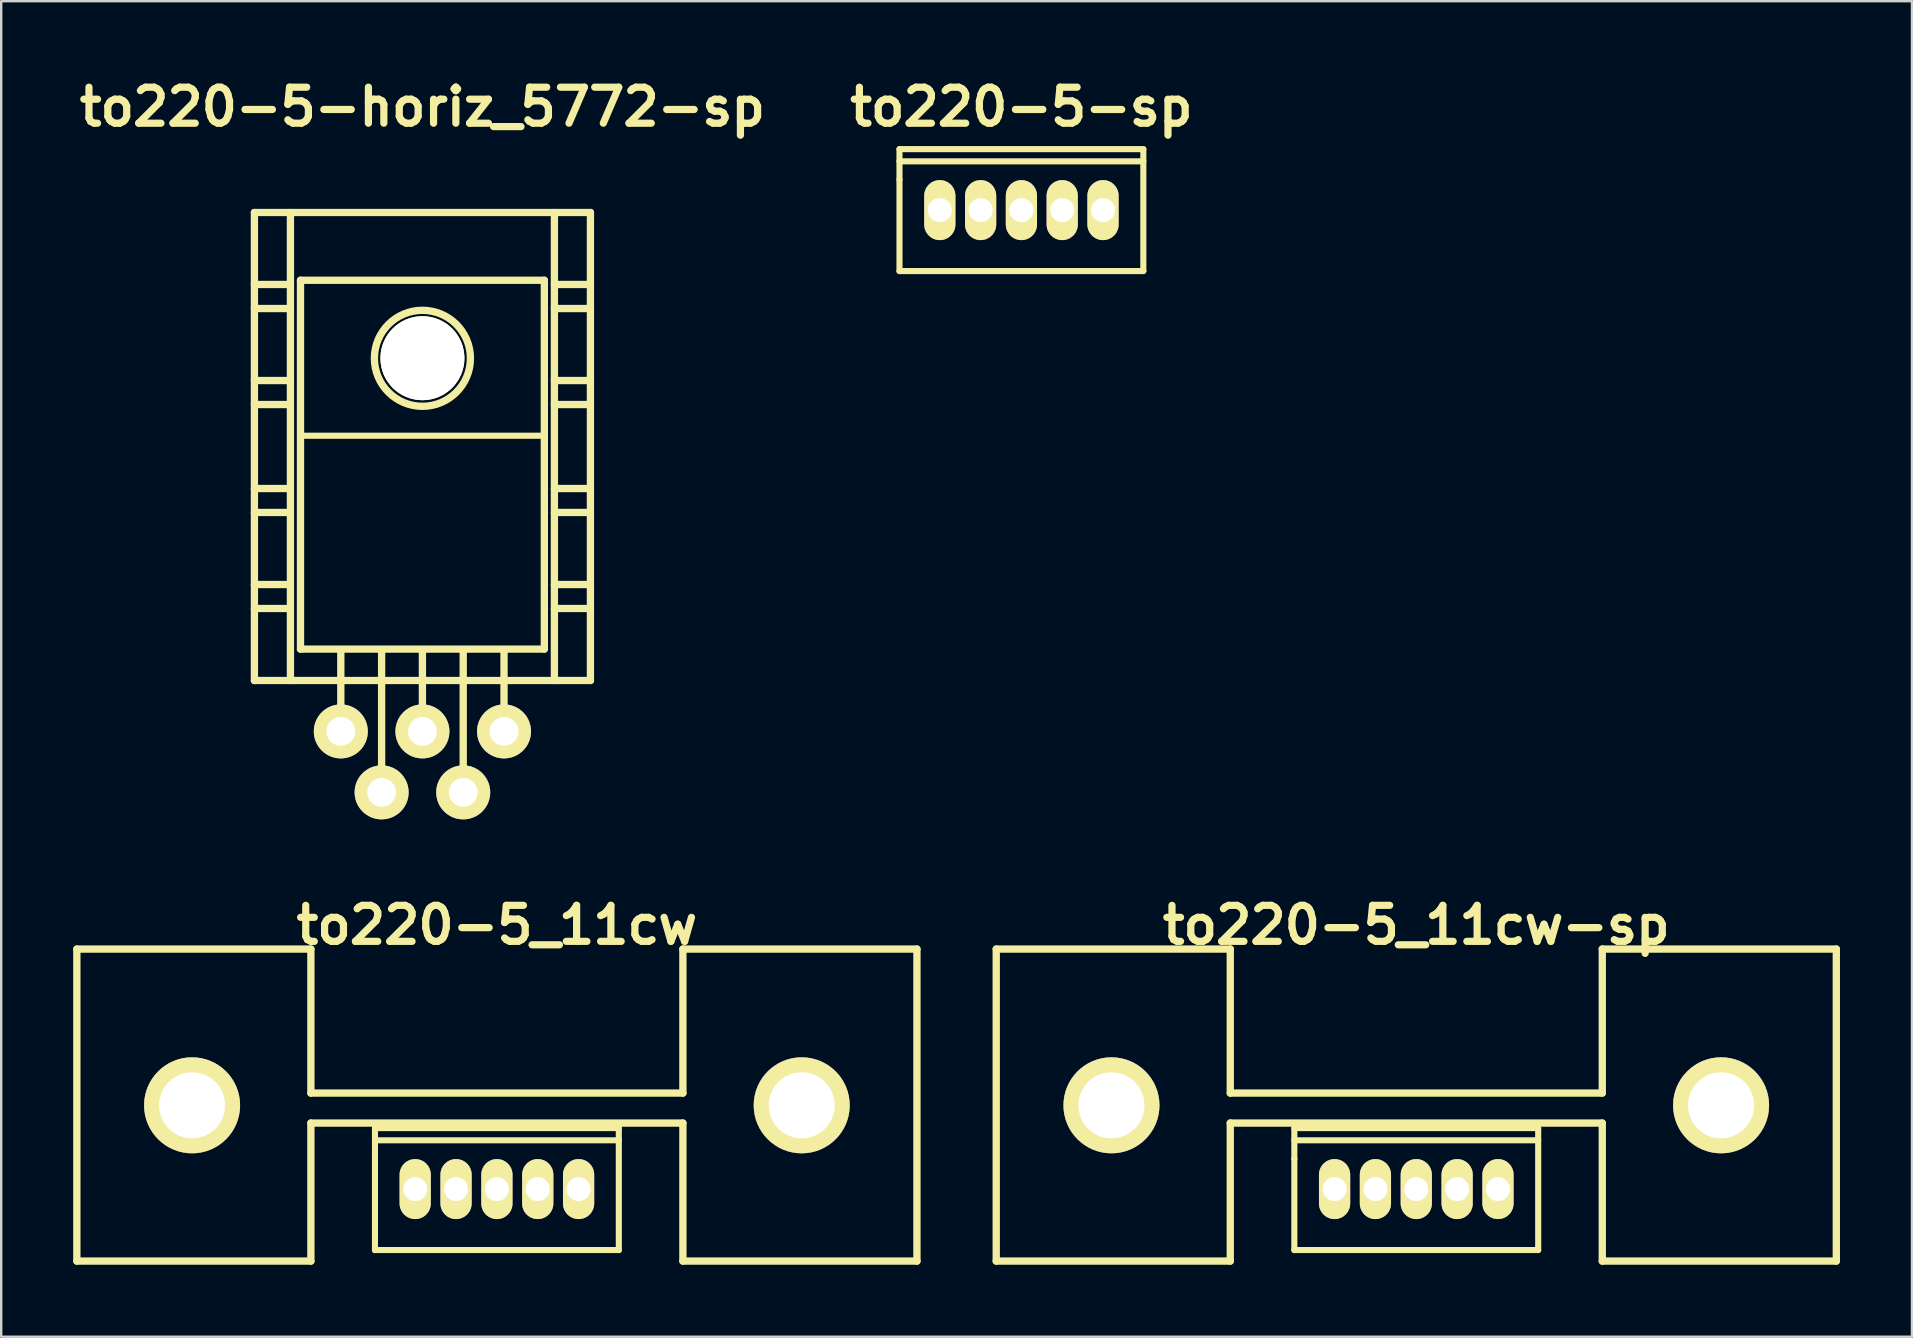
<source format=kicad_pcb>
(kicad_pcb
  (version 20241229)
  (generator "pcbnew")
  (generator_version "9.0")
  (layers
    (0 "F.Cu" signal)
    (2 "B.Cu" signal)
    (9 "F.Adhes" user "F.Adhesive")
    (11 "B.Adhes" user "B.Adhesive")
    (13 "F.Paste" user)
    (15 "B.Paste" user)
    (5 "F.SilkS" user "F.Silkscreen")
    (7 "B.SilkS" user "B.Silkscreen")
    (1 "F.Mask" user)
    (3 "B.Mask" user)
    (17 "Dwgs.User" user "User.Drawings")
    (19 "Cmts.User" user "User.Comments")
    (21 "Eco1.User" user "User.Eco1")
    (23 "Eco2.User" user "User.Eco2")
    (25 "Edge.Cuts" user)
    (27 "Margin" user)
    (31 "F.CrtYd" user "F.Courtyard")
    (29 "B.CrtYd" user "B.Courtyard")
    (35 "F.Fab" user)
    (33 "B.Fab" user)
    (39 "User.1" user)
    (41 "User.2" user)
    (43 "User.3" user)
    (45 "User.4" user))
  (footprint "to220-5_11cw"
    (layer "F.Cu")
    (at 17.653 46.493)
    (property "Reference" "to220-5_11cw" (at 0 -11 0) (layer "F.SilkS") (effects (font (size 1.5 1.5) (thickness 0.3))))
    (attr through_hole)
    (fp_line (start -17.501 -10) (end -17.501 3) (stroke (width 0.305) (type solid)) (layer "F.SilkS"))
    (fp_line (start -17.501 3) (end -7.75 3) (stroke (width 0.305) (type solid)) (layer "F.SilkS"))
    (fp_line (start -7.75 -10) (end -17.501 -10) (stroke (width 0.305) (type solid)) (layer "F.SilkS"))
    (fp_line (start -7.75 -4) (end -7.75 -10) (stroke (width 0.305) (type solid)) (layer "F.SilkS"))
    (fp_line (start -7.75 -2.751) (end 7.75 -2.751) (stroke (width 0.305) (type solid)) (layer "F.SilkS"))
    (fp_line (start -7.75 3) (end -7.75 -2.751) (stroke (width 0.305) (type solid)) (layer "F.SilkS"))
    (fp_line (start -5.08 -2.54) (end -5.08 -1.27) (stroke (width 0.254) (type solid)) (layer "F.SilkS"))
    (fp_line (start -5.08 -2.032) (end 5.08 -2.032) (stroke (width 0.254) (type solid)) (layer "F.SilkS"))
    (fp_line (start -5.08 -1.27) (end -5.08 2.54) (stroke (width 0.254) (type solid)) (layer "F.SilkS"))
    (fp_line (start -5.08 2.54) (end 5.08 2.54) (stroke (width 0.254) (type solid)) (layer "F.SilkS"))
    (fp_line (start 5.08 -2.54) (end -5.08 -2.54) (stroke (width 0.254) (type solid)) (layer "F.SilkS"))
    (fp_line (start 5.08 2.54) (end 5.08 -2.54) (stroke (width 0.254) (type solid)) (layer "F.SilkS"))
    (fp_line (start 7.75 -10) (end 7.75 -4) (stroke (width 0.305) (type solid)) (layer "F.SilkS"))
    (fp_line (start 7.75 -4) (end -7.75 -4) (stroke (width 0.305) (type solid)) (layer "F.SilkS"))
    (fp_line (start 7.75 -2.751) (end 7.75 3) (stroke (width 0.305) (type solid)) (layer "F.SilkS"))
    (fp_line (start 7.75 3) (end 17.501 3) (stroke (width 0.305) (type solid)) (layer "F.SilkS"))
    (fp_line (start 17.501 -10) (end 7.75 -10) (stroke (width 0.305) (type solid)) (layer "F.SilkS"))
    (fp_line (start 17.501 3) (end 17.501 -10) (stroke (width 0.305) (type solid)) (layer "F.SilkS"))
    (pad "" thru_hole circle (at -12.7 -3.49) (size 4 4) (drill 2.75) (layers "*.Cu" "*.Mask" "F.SilkS"))
    (pad "" thru_hole circle (at 12.7 -3.49) (size 4 4) (drill 2.75) (layers "*.Cu" "*.Mask" "F.SilkS"))
    (pad "1" thru_hole oval (at 3.404 0) (size 1.3 2.5) (drill 1) (layers "*.Cu" "*.Mask" "F.SilkS"))
    (pad "2" thru_hole oval (at 1.702 0) (size 1.3 2.5) (drill 1) (layers "*.Cu" "*.Mask" "F.SilkS"))
    (pad "3" thru_hole oval (at 0 0) (size 1.3 2.5) (drill 1) (layers "*.Cu" "*.Mask" "F.SilkS"))
    (pad "4" thru_hole oval (at -1.702 0) (size 1.3 2.5) (drill 1) (layers "*.Cu" "*.Mask" "F.SilkS"))
    (pad "5" thru_hole oval (at -3.404 0) (size 1.3 2.5) (drill 1) (layers "*.Cu" "*.Mask" "F.SilkS")))
  (footprint "to220-5-horiz_5772-sp"
    (layer "F.Cu")
    (at 14.55 19.804)
    (property "Reference" "to220-5-horiz_5772-sp" (at 0 -18.4 0) (layer "F.SilkS") (effects (font (size 1.5 1.5) (thickness 0.3))))
    (attr through_hole)
    (fp_line (start -7 -14) (end -7 5.499) (stroke (width 0.305) (type solid)) (layer "F.SilkS"))
    (fp_line (start -7 -11.001) (end -5.499 -11.001) (stroke (width 0.305) (type solid)) (layer "F.SilkS"))
    (fp_line (start -7 -10) (end -5.499 -10) (stroke (width 0.305) (type solid)) (layer "F.SilkS"))
    (fp_line (start -7 -7) (end -5.499 -7) (stroke (width 0.305) (type solid)) (layer "F.SilkS"))
    (fp_line (start -7 -5.999) (end -5.499 -5.999) (stroke (width 0.305) (type solid)) (layer "F.SilkS"))
    (fp_line (start -7 -2.499) (end -5.499 -2.499) (stroke (width 0.305) (type solid)) (layer "F.SilkS"))
    (fp_line (start -7 -1.501) (end -5.499 -1.501) (stroke (width 0.305) (type solid)) (layer "F.SilkS"))
    (fp_line (start -7 1.501) (end -5.499 1.501) (stroke (width 0.305) (type solid)) (layer "F.SilkS"))
    (fp_line (start -7 2.499) (end -5.499 2.499) (stroke (width 0.305) (type solid)) (layer "F.SilkS"))
    (fp_line (start -7 5.499) (end 7 5.499) (stroke (width 0.305) (type solid)) (layer "F.SilkS"))
    (fp_line (start -5.499 5.499) (end -5.499 -14) (stroke (width 0.305) (type solid)) (layer "F.SilkS"))
    (fp_line (start -5.08 -11.176) (end -5.08 4.191) (stroke (width 0.305) (type solid)) (layer "F.SilkS"))
    (fp_line (start -5.08 4.191) (end 5.08 4.191) (stroke (width 0.305) (type solid)) (layer "F.SilkS"))
    (fp_line (start -3.4 7.75) (end -3.4 4.249) (stroke (width 0.305) (type solid)) (layer "F.SilkS"))
    (fp_line (start -1.7 10.249) (end -1.7 4.249) (stroke (width 0.305) (type solid)) (layer "F.SilkS"))
    (fp_line (start 0 7.75) (end 0 4.249) (stroke (width 0.305) (type solid)) (layer "F.SilkS"))
    (fp_line (start 1.7 10.249) (end 1.7 4.249) (stroke (width 0.305) (type solid)) (layer "F.SilkS"))
    (fp_line (start 3.4 7.75) (end 3.4 4.249) (stroke (width 0.305) (type solid)) (layer "F.SilkS"))
    (fp_line (start 5.08 -11.176) (end -5.08 -11.176) (stroke (width 0.305) (type solid)) (layer "F.SilkS"))
    (fp_line (start 5.08 -4.699) (end -5.08 -4.699) (stroke (width 0.254) (type solid)) (layer "F.SilkS"))
    (fp_line (start 5.08 4.191) (end 5.08 -11.176) (stroke (width 0.305) (type solid)) (layer "F.SilkS"))
    (fp_line (start 5.499 -14) (end 5.499 5.499) (stroke (width 0.305) (type solid)) (layer "F.SilkS"))
    (fp_line (start 5.499 -11.001) (end 7 -11.001) (stroke (width 0.305) (type solid)) (layer "F.SilkS"))
    (fp_line (start 5.499 -10) (end 7 -10) (stroke (width 0.305) (type solid)) (layer "F.SilkS"))
    (fp_line (start 5.499 -7) (end 7 -7) (stroke (width 0.305) (type solid)) (layer "F.SilkS"))
    (fp_line (start 5.499 -5.999) (end 7 -5.999) (stroke (width 0.305) (type solid)) (layer "F.SilkS"))
    (fp_line (start 5.499 -2.499) (end 7 -2.499) (stroke (width 0.305) (type solid)) (layer "F.SilkS"))
    (fp_line (start 5.499 -1.501) (end 7 -1.501) (stroke (width 0.305) (type solid)) (layer "F.SilkS"))
    (fp_line (start 5.499 1.501) (end 7 1.501) (stroke (width 0.305) (type solid)) (layer "F.SilkS"))
    (fp_line (start 5.499 2.499) (end 7 2.499) (stroke (width 0.305) (type solid)) (layer "F.SilkS"))
    (fp_line (start 7 -14) (end -7 -14) (stroke (width 0.305) (type solid)) (layer "F.SilkS"))
    (fp_line (start 7 5.499) (end 7 -14) (stroke (width 0.305) (type solid)) (layer "F.SilkS"))
    (fp_circle (center 0 -7.925) (end -1.999 -8.001) (stroke (width 0.305) (type solid)) (fill no) (layer "F.SilkS"))
    (pad "" np_thru_hole circle (at 0 -7.93) (size 3.5 3.5) (drill 3.5) (layers "*.Cu" "*.Mask" "F.SilkS"))
    (pad "1" thru_hole circle (at -3.4 7.62) (size 2.25 2.25) (drill 1.2) (layers "*.Cu" "*.Mask" "F.SilkS"))
    (pad "2" thru_hole circle (at -1.7 10.16) (size 2.25 2.25) (drill 1.2) (layers "*.Cu" "*.Mask" "F.SilkS"))
    (pad "3" thru_hole circle (at 0 7.62) (size 2.25 2.25) (drill 1.2) (layers "*.Cu" "*.Mask" "F.SilkS"))
    (pad "4" thru_hole circle (at 1.7 10.16) (size 2.25 2.25) (drill 1.2) (layers "*.Cu" "*.Mask" "F.SilkS"))
    (pad "5" thru_hole circle (at 3.4 7.62) (size 2.25 2.25) (drill 1.2) (layers "*.Cu" "*.Mask" "F.SilkS")))
  (footprint "to220-5-sp"
    (layer "F.Cu")
    (at 39.507 5.704)
    (property "Reference" "to220-5-sp" (at 0 -4.3 0) (layer "F.SilkS") (effects (font (size 1.5 1.5) (thickness 0.3))))
    (attr through_hole)
    (fp_line (start -5.08 -2.54) (end -5.08 -1.27) (stroke (width 0.254) (type solid)) (layer "F.SilkS"))
    (fp_line (start -5.08 -2.032) (end 5.08 -2.032) (stroke (width 0.254) (type solid)) (layer "F.SilkS"))
    (fp_line (start -5.08 -1.27) (end -5.08 2.54) (stroke (width 0.254) (type solid)) (layer "F.SilkS"))
    (fp_line (start -5.08 2.54) (end 5.08 2.54) (stroke (width 0.254) (type solid)) (layer "F.SilkS"))
    (fp_line (start 5.08 -2.54) (end -5.08 -2.54) (stroke (width 0.254) (type solid)) (layer "F.SilkS"))
    (fp_line (start 5.08 2.54) (end 5.08 -2.54) (stroke (width 0.254) (type solid)) (layer "F.SilkS"))
    (pad "1" thru_hole oval (at -3.4 0) (size 1.3 2.5) (drill 1) (layers "*.Cu" "*.Mask" "F.SilkS"))
    (pad "2" thru_hole oval (at -1.7 0) (size 1.3 2.5) (drill 1) (layers "*.Cu" "*.Mask" "F.SilkS"))
    (pad "3" thru_hole oval (at 0 0) (size 1.3 2.5) (drill 1) (layers "*.Cu" "*.Mask" "F.SilkS"))
    (pad "4" thru_hole oval (at 1.7 0) (size 1.3 2.5) (drill 1) (layers "*.Cu" "*.Mask" "F.SilkS"))
    (pad "5" thru_hole oval (at 3.4 0) (size 1.3 2.5) (drill 1) (layers "*.Cu" "*.Mask" "F.SilkS")))
  (footprint "to220-5_11cw-sp"
    (layer "F.Cu")
    (at 55.959 46.493)
    (property "Reference" "to220-5_11cw-sp" (at 0 -11 0) (layer "F.SilkS") (effects (font (size 1.5 1.5) (thickness 0.3))))
    (attr through_hole)
    (fp_line (start -17.501 -10) (end -17.501 3) (stroke (width 0.305) (type solid)) (layer "F.SilkS"))
    (fp_line (start -17.501 3) (end -7.75 3) (stroke (width 0.305) (type solid)) (layer "F.SilkS"))
    (fp_line (start -7.75 -10) (end -17.501 -10) (stroke (width 0.305) (type solid)) (layer "F.SilkS"))
    (fp_line (start -7.75 -4) (end -7.75 -10) (stroke (width 0.305) (type solid)) (layer "F.SilkS"))
    (fp_line (start -7.75 -2.751) (end 7.75 -2.751) (stroke (width 0.305) (type solid)) (layer "F.SilkS"))
    (fp_line (start -7.75 3) (end -7.75 -2.751) (stroke (width 0.305) (type solid)) (layer "F.SilkS"))
    (fp_line (start -5.08 -2.54) (end -5.08 -1.27) (stroke (width 0.254) (type solid)) (layer "F.SilkS"))
    (fp_line (start -5.08 -2.032) (end 5.08 -2.032) (stroke (width 0.254) (type solid)) (layer "F.SilkS"))
    (fp_line (start -5.08 -1.27) (end -5.08 2.54) (stroke (width 0.254) (type solid)) (layer "F.SilkS"))
    (fp_line (start -5.08 2.54) (end 5.08 2.54) (stroke (width 0.254) (type solid)) (layer "F.SilkS"))
    (fp_line (start 5.08 -2.54) (end -5.08 -2.54) (stroke (width 0.254) (type solid)) (layer "F.SilkS"))
    (fp_line (start 5.08 2.54) (end 5.08 -2.54) (stroke (width 0.254) (type solid)) (layer "F.SilkS"))
    (fp_line (start 7.75 -10) (end 7.75 -4) (stroke (width 0.305) (type solid)) (layer "F.SilkS"))
    (fp_line (start 7.75 -4) (end -7.75 -4) (stroke (width 0.305) (type solid)) (layer "F.SilkS"))
    (fp_line (start 7.75 -2.751) (end 7.75 3) (stroke (width 0.305) (type solid)) (layer "F.SilkS"))
    (fp_line (start 7.75 3) (end 17.501 3) (stroke (width 0.305) (type solid)) (layer "F.SilkS"))
    (fp_line (start 17.501 -10) (end 7.75 -10) (stroke (width 0.305) (type solid)) (layer "F.SilkS"))
    (fp_line (start 17.501 3) (end 17.501 -10) (stroke (width 0.305) (type solid)) (layer "F.SilkS"))
    (pad "" thru_hole circle (at -12.7 -3.49) (size 4 4) (drill 2.75) (layers "*.Cu" "*.Mask" "F.SilkS"))
    (pad "" thru_hole circle (at 12.7 -3.49) (size 4 4) (drill 2.75) (layers "*.Cu" "*.Mask" "F.SilkS"))
    (pad "1" thru_hole oval (at -3.404 0) (size 1.3 2.5) (drill 1) (layers "*.Cu" "*.Mask" "F.SilkS"))
    (pad "2" thru_hole oval (at -1.702 0) (size 1.3 2.5) (drill 1) (layers "*.Cu" "*.Mask" "F.SilkS"))
    (pad "3" thru_hole oval (at 0 0) (size 1.3 2.5) (drill 1) (layers "*.Cu" "*.Mask" "F.SilkS"))
    (pad "4" thru_hole oval (at 1.702 0) (size 1.3 2.5) (drill 1) (layers "*.Cu" "*.Mask" "F.SilkS"))
    (pad "5" thru_hole oval (at 3.404 0) (size 1.3 2.5) (drill 1) (layers "*.Cu" "*.Mask" "F.SilkS")))
  (gr_rect
    (start -3 -3)
    (end 76.612 52.645)
    (stroke (width 0.1) (type default))
    (fill no)
    (layer "Edge.Cuts")))
</source>
